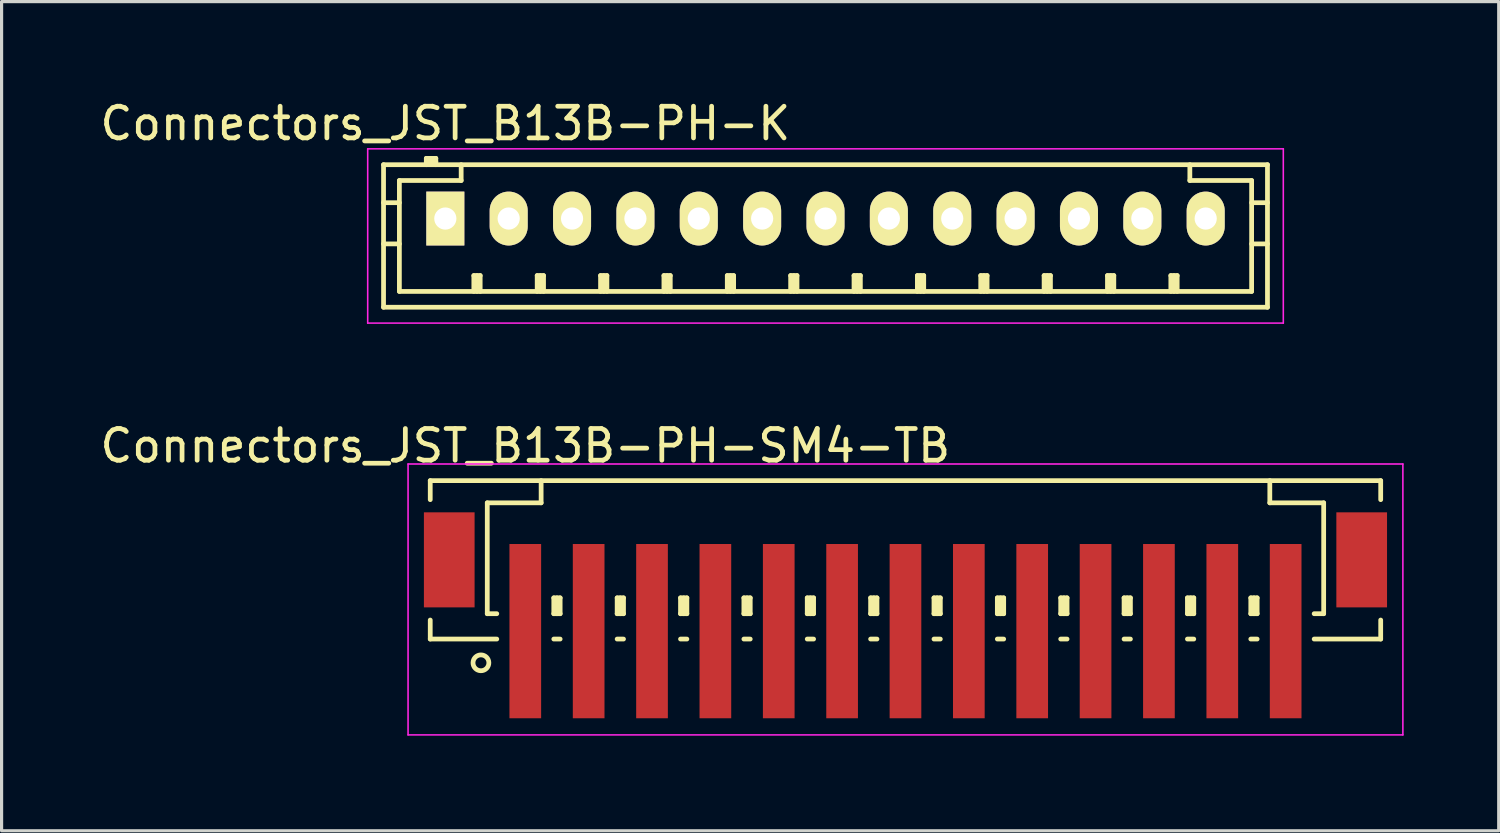
<source format=kicad_pcb>
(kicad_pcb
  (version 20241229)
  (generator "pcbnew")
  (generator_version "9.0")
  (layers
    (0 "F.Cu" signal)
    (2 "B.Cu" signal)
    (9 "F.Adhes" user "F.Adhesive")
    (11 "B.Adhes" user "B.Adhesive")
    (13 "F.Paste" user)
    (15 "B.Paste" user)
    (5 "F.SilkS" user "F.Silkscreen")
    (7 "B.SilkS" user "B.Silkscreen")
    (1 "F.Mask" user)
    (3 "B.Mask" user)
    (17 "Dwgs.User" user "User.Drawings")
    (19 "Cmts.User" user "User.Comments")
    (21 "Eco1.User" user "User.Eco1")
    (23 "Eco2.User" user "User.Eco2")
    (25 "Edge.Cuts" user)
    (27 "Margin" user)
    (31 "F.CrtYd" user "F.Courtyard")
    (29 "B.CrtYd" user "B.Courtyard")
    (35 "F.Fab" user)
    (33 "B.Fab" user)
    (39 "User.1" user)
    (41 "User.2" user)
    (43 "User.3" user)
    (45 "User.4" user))
  (footprint "Connectors_JST_B13B-PH-SM4-TB"
    (layer "F.Cu")
    (at 25.53 15.746)
    (property "Reference" "Connectors_JST_B13B-PH-SM4-TB" (at -12 -4.725 0) (layer "F.SilkS") (effects (font (size 1 1) (thickness 0.15))))
    (attr smd)
    (fp_line (start -15 -3.625) (end 15 -3.625) (stroke (width 0.15) (type solid)) (layer "F.SilkS"))
    (fp_line (start -15 -3.025) (end -15 -3.625) (stroke (width 0.15) (type solid)) (layer "F.SilkS"))
    (fp_line (start -15 0.775) (end -15 1.375) (stroke (width 0.15) (type solid)) (layer "F.SilkS"))
    (fp_line (start -15 1.375) (end -12.9 1.375) (stroke (width 0.15) (type solid)) (layer "F.SilkS"))
    (fp_line (start -13.2 -2.925) (end -13.2 0.575) (stroke (width 0.15) (type solid)) (layer "F.SilkS"))
    (fp_line (start -13.2 0.575) (end -12.9 0.575) (stroke (width 0.15) (type solid)) (layer "F.SilkS"))
    (fp_line (start -11.5 -3.625) (end -11.5 -2.925) (stroke (width 0.15) (type solid)) (layer "F.SilkS"))
    (fp_line (start -11.5 -2.925) (end -13.2 -2.925) (stroke (width 0.15) (type solid)) (layer "F.SilkS"))
    (fp_line (start -11.1 0.075) (end -10.9 0.075) (stroke (width 0.15) (type solid)) (layer "F.SilkS"))
    (fp_line (start -11.1 0.575) (end -11.1 0.075) (stroke (width 0.15) (type solid)) (layer "F.SilkS"))
    (fp_line (start -11.1 0.575) (end -10.9 0.575) (stroke (width 0.15) (type solid)) (layer "F.SilkS"))
    (fp_line (start -11.1 1.375) (end -10.9 1.375) (stroke (width 0.15) (type solid)) (layer "F.SilkS"))
    (fp_line (start -11 0.575) (end -11 0.075) (stroke (width 0.15) (type solid)) (layer "F.SilkS"))
    (fp_line (start -10.9 0.075) (end -10.9 0.575) (stroke (width 0.15) (type solid)) (layer "F.SilkS"))
    (fp_line (start -9.1 0.075) (end -8.9 0.075) (stroke (width 0.15) (type solid)) (layer "F.SilkS"))
    (fp_line (start -9.1 0.575) (end -9.1 0.075) (stroke (width 0.15) (type solid)) (layer "F.SilkS"))
    (fp_line (start -9.1 0.575) (end -8.9 0.575) (stroke (width 0.15) (type solid)) (layer "F.SilkS"))
    (fp_line (start -9.1 1.375) (end -8.9 1.375) (stroke (width 0.15) (type solid)) (layer "F.SilkS"))
    (fp_line (start -9 0.575) (end -9 0.075) (stroke (width 0.15) (type solid)) (layer "F.SilkS"))
    (fp_line (start -8.9 0.075) (end -8.9 0.575) (stroke (width 0.15) (type solid)) (layer "F.SilkS"))
    (fp_line (start -7.1 0.075) (end -6.9 0.075) (stroke (width 0.15) (type solid)) (layer "F.SilkS"))
    (fp_line (start -7.1 0.575) (end -7.1 0.075) (stroke (width 0.15) (type solid)) (layer "F.SilkS"))
    (fp_line (start -7.1 0.575) (end -6.9 0.575) (stroke (width 0.15) (type solid)) (layer "F.SilkS"))
    (fp_line (start -7.1 1.375) (end -6.9 1.375) (stroke (width 0.15) (type solid)) (layer "F.SilkS"))
    (fp_line (start -7 0.575) (end -7 0.075) (stroke (width 0.15) (type solid)) (layer "F.SilkS"))
    (fp_line (start -6.9 0.075) (end -6.9 0.575) (stroke (width 0.15) (type solid)) (layer "F.SilkS"))
    (fp_line (start -5.1 0.075) (end -4.9 0.075) (stroke (width 0.15) (type solid)) (layer "F.SilkS"))
    (fp_line (start -5.1 0.575) (end -5.1 0.075) (stroke (width 0.15) (type solid)) (layer "F.SilkS"))
    (fp_line (start -5.1 0.575) (end -4.9 0.575) (stroke (width 0.15) (type solid)) (layer "F.SilkS"))
    (fp_line (start -5.1 1.375) (end -4.9 1.375) (stroke (width 0.15) (type solid)) (layer "F.SilkS"))
    (fp_line (start -5 0.575) (end -5 0.075) (stroke (width 0.15) (type solid)) (layer "F.SilkS"))
    (fp_line (start -4.9 0.075) (end -4.9 0.575) (stroke (width 0.15) (type solid)) (layer "F.SilkS"))
    (fp_line (start -3.1 0.075) (end -2.9 0.075) (stroke (width 0.15) (type solid)) (layer "F.SilkS"))
    (fp_line (start -3.1 0.575) (end -3.1 0.075) (stroke (width 0.15) (type solid)) (layer "F.SilkS"))
    (fp_line (start -3.1 0.575) (end -2.9 0.575) (stroke (width 0.15) (type solid)) (layer "F.SilkS"))
    (fp_line (start -3.1 1.375) (end -2.9 1.375) (stroke (width 0.15) (type solid)) (layer "F.SilkS"))
    (fp_line (start -3 0.575) (end -3 0.075) (stroke (width 0.15) (type solid)) (layer "F.SilkS"))
    (fp_line (start -2.9 0.075) (end -2.9 0.575) (stroke (width 0.15) (type solid)) (layer "F.SilkS"))
    (fp_line (start -1.1 0.075) (end -0.9 0.075) (stroke (width 0.15) (type solid)) (layer "F.SilkS"))
    (fp_line (start -1.1 0.575) (end -1.1 0.075) (stroke (width 0.15) (type solid)) (layer "F.SilkS"))
    (fp_line (start -1.1 0.575) (end -0.9 0.575) (stroke (width 0.15) (type solid)) (layer "F.SilkS"))
    (fp_line (start -1.1 1.375) (end -0.9 1.375) (stroke (width 0.15) (type solid)) (layer "F.SilkS"))
    (fp_line (start -1 0.575) (end -1 0.075) (stroke (width 0.15) (type solid)) (layer "F.SilkS"))
    (fp_line (start -0.9 0.075) (end -0.9 0.575) (stroke (width 0.15) (type solid)) (layer "F.SilkS"))
    (fp_line (start 0.9 0.075) (end 1.1 0.075) (stroke (width 0.15) (type solid)) (layer "F.SilkS"))
    (fp_line (start 0.9 0.575) (end 0.9 0.075) (stroke (width 0.15) (type solid)) (layer "F.SilkS"))
    (fp_line (start 0.9 0.575) (end 1.1 0.575) (stroke (width 0.15) (type solid)) (layer "F.SilkS"))
    (fp_line (start 0.9 1.375) (end 1.1 1.375) (stroke (width 0.15) (type solid)) (layer "F.SilkS"))
    (fp_line (start 1 0.575) (end 1 0.075) (stroke (width 0.15) (type solid)) (layer "F.SilkS"))
    (fp_line (start 1.1 0.075) (end 1.1 0.575) (stroke (width 0.15) (type solid)) (layer "F.SilkS"))
    (fp_line (start 2.9 0.075) (end 3.1 0.075) (stroke (width 0.15) (type solid)) (layer "F.SilkS"))
    (fp_line (start 2.9 0.575) (end 2.9 0.075) (stroke (width 0.15) (type solid)) (layer "F.SilkS"))
    (fp_line (start 2.9 0.575) (end 3.1 0.575) (stroke (width 0.15) (type solid)) (layer "F.SilkS"))
    (fp_line (start 2.9 1.375) (end 3.1 1.375) (stroke (width 0.15) (type solid)) (layer "F.SilkS"))
    (fp_line (start 3 0.575) (end 3 0.075) (stroke (width 0.15) (type solid)) (layer "F.SilkS"))
    (fp_line (start 3.1 0.075) (end 3.1 0.575) (stroke (width 0.15) (type solid)) (layer "F.SilkS"))
    (fp_line (start 4.9 0.075) (end 5.1 0.075) (stroke (width 0.15) (type solid)) (layer "F.SilkS"))
    (fp_line (start 4.9 0.575) (end 4.9 0.075) (stroke (width 0.15) (type solid)) (layer "F.SilkS"))
    (fp_line (start 4.9 0.575) (end 5.1 0.575) (stroke (width 0.15) (type solid)) (layer "F.SilkS"))
    (fp_line (start 4.9 1.375) (end 5.1 1.375) (stroke (width 0.15) (type solid)) (layer "F.SilkS"))
    (fp_line (start 5 0.575) (end 5 0.075) (stroke (width 0.15) (type solid)) (layer "F.SilkS"))
    (fp_line (start 5.1 0.075) (end 5.1 0.575) (stroke (width 0.15) (type solid)) (layer "F.SilkS"))
    (fp_line (start 6.9 0.075) (end 7.1 0.075) (stroke (width 0.15) (type solid)) (layer "F.SilkS"))
    (fp_line (start 6.9 0.575) (end 6.9 0.075) (stroke (width 0.15) (type solid)) (layer "F.SilkS"))
    (fp_line (start 6.9 0.575) (end 7.1 0.575) (stroke (width 0.15) (type solid)) (layer "F.SilkS"))
    (fp_line (start 6.9 1.375) (end 7.1 1.375) (stroke (width 0.15) (type solid)) (layer "F.SilkS"))
    (fp_line (start 7 0.575) (end 7 0.075) (stroke (width 0.15) (type solid)) (layer "F.SilkS"))
    (fp_line (start 7.1 0.075) (end 7.1 0.575) (stroke (width 0.15) (type solid)) (layer "F.SilkS"))
    (fp_line (start 8.9 0.075) (end 9.1 0.075) (stroke (width 0.15) (type solid)) (layer "F.SilkS"))
    (fp_line (start 8.9 0.575) (end 8.9 0.075) (stroke (width 0.15) (type solid)) (layer "F.SilkS"))
    (fp_line (start 8.9 0.575) (end 9.1 0.575) (stroke (width 0.15) (type solid)) (layer "F.SilkS"))
    (fp_line (start 8.9 1.375) (end 9.1 1.375) (stroke (width 0.15) (type solid)) (layer "F.SilkS"))
    (fp_line (start 9 0.575) (end 9 0.075) (stroke (width 0.15) (type solid)) (layer "F.SilkS"))
    (fp_line (start 9.1 0.075) (end 9.1 0.575) (stroke (width 0.15) (type solid)) (layer "F.SilkS"))
    (fp_line (start 10.9 0.075) (end 11.1 0.075) (stroke (width 0.15) (type solid)) (layer "F.SilkS"))
    (fp_line (start 10.9 0.575) (end 10.9 0.075) (stroke (width 0.15) (type solid)) (layer "F.SilkS"))
    (fp_line (start 10.9 0.575) (end 11.1 0.575) (stroke (width 0.15) (type solid)) (layer "F.SilkS"))
    (fp_line (start 10.9 1.375) (end 11.1 1.375) (stroke (width 0.15) (type solid)) (layer "F.SilkS"))
    (fp_line (start 11 0.575) (end 11 0.075) (stroke (width 0.15) (type solid)) (layer "F.SilkS"))
    (fp_line (start 11.1 0.075) (end 11.1 0.575) (stroke (width 0.15) (type solid)) (layer "F.SilkS"))
    (fp_line (start 11.5 -3.625) (end 11.5 -2.925) (stroke (width 0.15) (type solid)) (layer "F.SilkS"))
    (fp_line (start 11.5 -2.925) (end 13.2 -2.925) (stroke (width 0.15) (type solid)) (layer "F.SilkS"))
    (fp_line (start 13.2 -2.925) (end 13.2 0.575) (stroke (width 0.15) (type solid)) (layer "F.SilkS"))
    (fp_line (start 13.2 0.575) (end 12.9 0.575) (stroke (width 0.15) (type solid)) (layer "F.SilkS"))
    (fp_line (start 15 -3.625) (end 15 -3.025) (stroke (width 0.15) (type solid)) (layer "F.SilkS"))
    (fp_line (start 15 0.775) (end 15 1.375) (stroke (width 0.15) (type solid)) (layer "F.SilkS"))
    (fp_line (start 15 1.375) (end 12.9 1.375) (stroke (width 0.15) (type solid)) (layer "F.SilkS"))
    (fp_circle (center -13.4 2.125) (end -13.15 2.125) (stroke (width 0.15) (type solid)) (fill no) (layer "F.SilkS"))
    (fp_line (start -15.7 -4.15) (end 15.7 -4.15) (stroke (width 0.05) (type solid)) (layer "F.CrtYd"))
    (fp_line (start -15.7 4.4) (end -15.7 -4.15) (stroke (width 0.05) (type solid)) (layer "F.CrtYd"))
    (fp_line (start 15.7 -4.15) (end 15.7 4.4) (stroke (width 0.05) (type solid)) (layer "F.CrtYd"))
    (fp_line (start 15.7 4.4) (end -15.7 4.4) (stroke (width 0.05) (type solid)) (layer "F.CrtYd"))
    (pad "" smd rect (at -14.4 -1.125) (size 1.6 3) (layers "F.Cu" "F.Mask" "F.Paste"))
    (pad "" smd rect (at 14.4 -1.125) (size 1.6 3) (layers "F.Cu" "F.Mask" "F.Paste"))
    (pad "1" smd rect (at -12 1.125) (size 1 5.5) (layers "F.Cu" "F.Mask" "F.Paste"))
    (pad "2" smd rect (at -10 1.125) (size 1 5.5) (layers "F.Cu" "F.Mask" "F.Paste"))
    (pad "3" smd rect (at -8 1.125) (size 1 5.5) (layers "F.Cu" "F.Mask" "F.Paste"))
    (pad "4" smd rect (at -6 1.125) (size 1 5.5) (layers "F.Cu" "F.Mask" "F.Paste"))
    (pad "5" smd rect (at -4 1.125) (size 1 5.5) (layers "F.Cu" "F.Mask" "F.Paste"))
    (pad "6" smd rect (at -2 1.125) (size 1 5.5) (layers "F.Cu" "F.Mask" "F.Paste"))
    (pad "7" smd rect (at 0 1.125) (size 1 5.5) (layers "F.Cu" "F.Mask" "F.Paste"))
    (pad "8" smd rect (at 2 1.125) (size 1 5.5) (layers "F.Cu" "F.Mask" "F.Paste"))
    (pad "9" smd rect (at 4 1.125) (size 1 5.5) (layers "F.Cu" "F.Mask" "F.Paste"))
    (pad "10" smd rect (at 6 1.125) (size 1 5.5) (layers "F.Cu" "F.Mask" "F.Paste"))
    (pad "11" smd rect (at 8 1.125) (size 1 5.5) (layers "F.Cu" "F.Mask" "F.Paste"))
    (pad "12" smd rect (at 10 1.125) (size 1 5.5) (layers "F.Cu" "F.Mask" "F.Paste"))
    (pad "13" smd rect (at 12 1.125) (size 1 5.5) (layers "F.Cu" "F.Mask" "F.Paste")))
  (footprint "Connectors_JST_B13B-PH-K"
    (layer "F.Cu")
    (at 11.006 3.848)
    (property "Reference" "Connectors_JST_B13B-PH-K" (at 0 -3 0) (layer "F.SilkS") (effects (font (size 1 1) (thickness 0.15))))
    (attr through_hole)
    (fp_line (start -1.95 -1.7) (end 25.95 -1.7) (stroke (width 0.15) (type solid)) (layer "F.SilkS"))
    (fp_line (start -1.95 -0.5) (end -1.45 -0.5) (stroke (width 0.15) (type solid)) (layer "F.SilkS"))
    (fp_line (start -1.95 0.8) (end -1.45 0.8) (stroke (width 0.15) (type solid)) (layer "F.SilkS"))
    (fp_line (start -1.95 2.8) (end -1.95 -1.7) (stroke (width 0.15) (type solid)) (layer "F.SilkS"))
    (fp_line (start -1.45 -1.2) (end -1.45 2.3) (stroke (width 0.15) (type solid)) (layer "F.SilkS"))
    (fp_line (start -1.45 2.3) (end 25.45 2.3) (stroke (width 0.15) (type solid)) (layer "F.SilkS"))
    (fp_line (start -0.6 -1.9) (end -0.6 -1.7) (stroke (width 0.15) (type solid)) (layer "F.SilkS"))
    (fp_line (start -0.3 -1.9) (end -0.6 -1.9) (stroke (width 0.15) (type solid)) (layer "F.SilkS"))
    (fp_line (start -0.3 -1.8) (end -0.6 -1.8) (stroke (width 0.15) (type solid)) (layer "F.SilkS"))
    (fp_line (start -0.3 -1.7) (end -0.3 -1.9) (stroke (width 0.15) (type solid)) (layer "F.SilkS"))
    (fp_line (start 0.5 -1.7) (end 0.5 -1.2) (stroke (width 0.15) (type solid)) (layer "F.SilkS"))
    (fp_line (start 0.5 -1.2) (end -1.45 -1.2) (stroke (width 0.15) (type solid)) (layer "F.SilkS"))
    (fp_line (start 0.9 1.8) (end 1.1 1.8) (stroke (width 0.15) (type solid)) (layer "F.SilkS"))
    (fp_line (start 0.9 2.3) (end 0.9 1.8) (stroke (width 0.15) (type solid)) (layer "F.SilkS"))
    (fp_line (start 1 2.3) (end 1 1.8) (stroke (width 0.15) (type solid)) (layer "F.SilkS"))
    (fp_line (start 1.1 1.8) (end 1.1 2.3) (stroke (width 0.15) (type solid)) (layer "F.SilkS"))
    (fp_line (start 2.9 1.8) (end 3.1 1.8) (stroke (width 0.15) (type solid)) (layer "F.SilkS"))
    (fp_line (start 2.9 2.3) (end 2.9 1.8) (stroke (width 0.15) (type solid)) (layer "F.SilkS"))
    (fp_line (start 3 2.3) (end 3 1.8) (stroke (width 0.15) (type solid)) (layer "F.SilkS"))
    (fp_line (start 3.1 1.8) (end 3.1 2.3) (stroke (width 0.15) (type solid)) (layer "F.SilkS"))
    (fp_line (start 4.9 1.8) (end 5.1 1.8) (stroke (width 0.15) (type solid)) (layer "F.SilkS"))
    (fp_line (start 4.9 2.3) (end 4.9 1.8) (stroke (width 0.15) (type solid)) (layer "F.SilkS"))
    (fp_line (start 5 2.3) (end 5 1.8) (stroke (width 0.15) (type solid)) (layer "F.SilkS"))
    (fp_line (start 5.1 1.8) (end 5.1 2.3) (stroke (width 0.15) (type solid)) (layer "F.SilkS"))
    (fp_line (start 6.9 1.8) (end 7.1 1.8) (stroke (width 0.15) (type solid)) (layer "F.SilkS"))
    (fp_line (start 6.9 2.3) (end 6.9 1.8) (stroke (width 0.15) (type solid)) (layer "F.SilkS"))
    (fp_line (start 7 2.3) (end 7 1.8) (stroke (width 0.15) (type solid)) (layer "F.SilkS"))
    (fp_line (start 7.1 1.8) (end 7.1 2.3) (stroke (width 0.15) (type solid)) (layer "F.SilkS"))
    (fp_line (start 8.9 1.8) (end 9.1 1.8) (stroke (width 0.15) (type solid)) (layer "F.SilkS"))
    (fp_line (start 8.9 2.3) (end 8.9 1.8) (stroke (width 0.15) (type solid)) (layer "F.SilkS"))
    (fp_line (start 9 2.3) (end 9 1.8) (stroke (width 0.15) (type solid)) (layer "F.SilkS"))
    (fp_line (start 9.1 1.8) (end 9.1 2.3) (stroke (width 0.15) (type solid)) (layer "F.SilkS"))
    (fp_line (start 10.9 1.8) (end 11.1 1.8) (stroke (width 0.15) (type solid)) (layer "F.SilkS"))
    (fp_line (start 10.9 2.3) (end 10.9 1.8) (stroke (width 0.15) (type solid)) (layer "F.SilkS"))
    (fp_line (start 11 2.3) (end 11 1.8) (stroke (width 0.15) (type solid)) (layer "F.SilkS"))
    (fp_line (start 11.1 1.8) (end 11.1 2.3) (stroke (width 0.15) (type solid)) (layer "F.SilkS"))
    (fp_line (start 12.9 1.8) (end 13.1 1.8) (stroke (width 0.15) (type solid)) (layer "F.SilkS"))
    (fp_line (start 12.9 2.3) (end 12.9 1.8) (stroke (width 0.15) (type solid)) (layer "F.SilkS"))
    (fp_line (start 13 2.3) (end 13 1.8) (stroke (width 0.15) (type solid)) (layer "F.SilkS"))
    (fp_line (start 13.1 1.8) (end 13.1 2.3) (stroke (width 0.15) (type solid)) (layer "F.SilkS"))
    (fp_line (start 14.9 1.8) (end 15.1 1.8) (stroke (width 0.15) (type solid)) (layer "F.SilkS"))
    (fp_line (start 14.9 2.3) (end 14.9 1.8) (stroke (width 0.15) (type solid)) (layer "F.SilkS"))
    (fp_line (start 15 2.3) (end 15 1.8) (stroke (width 0.15) (type solid)) (layer "F.SilkS"))
    (fp_line (start 15.1 1.8) (end 15.1 2.3) (stroke (width 0.15) (type solid)) (layer "F.SilkS"))
    (fp_line (start 16.9 1.8) (end 17.1 1.8) (stroke (width 0.15) (type solid)) (layer "F.SilkS"))
    (fp_line (start 16.9 2.3) (end 16.9 1.8) (stroke (width 0.15) (type solid)) (layer "F.SilkS"))
    (fp_line (start 17 2.3) (end 17 1.8) (stroke (width 0.15) (type solid)) (layer "F.SilkS"))
    (fp_line (start 17.1 1.8) (end 17.1 2.3) (stroke (width 0.15) (type solid)) (layer "F.SilkS"))
    (fp_line (start 18.9 1.8) (end 19.1 1.8) (stroke (width 0.15) (type solid)) (layer "F.SilkS"))
    (fp_line (start 18.9 2.3) (end 18.9 1.8) (stroke (width 0.15) (type solid)) (layer "F.SilkS"))
    (fp_line (start 19 2.3) (end 19 1.8) (stroke (width 0.15) (type solid)) (layer "F.SilkS"))
    (fp_line (start 19.1 1.8) (end 19.1 2.3) (stroke (width 0.15) (type solid)) (layer "F.SilkS"))
    (fp_line (start 20.9 1.8) (end 21.1 1.8) (stroke (width 0.15) (type solid)) (layer "F.SilkS"))
    (fp_line (start 20.9 2.3) (end 20.9 1.8) (stroke (width 0.15) (type solid)) (layer "F.SilkS"))
    (fp_line (start 21 2.3) (end 21 1.8) (stroke (width 0.15) (type solid)) (layer "F.SilkS"))
    (fp_line (start 21.1 1.8) (end 21.1 2.3) (stroke (width 0.15) (type solid)) (layer "F.SilkS"))
    (fp_line (start 22.9 1.8) (end 23.1 1.8) (stroke (width 0.15) (type solid)) (layer "F.SilkS"))
    (fp_line (start 22.9 2.3) (end 22.9 1.8) (stroke (width 0.15) (type solid)) (layer "F.SilkS"))
    (fp_line (start 23 2.3) (end 23 1.8) (stroke (width 0.15) (type solid)) (layer "F.SilkS"))
    (fp_line (start 23.1 1.8) (end 23.1 2.3) (stroke (width 0.15) (type solid)) (layer "F.SilkS"))
    (fp_line (start 23.5 -1.2) (end 23.5 -1.7) (stroke (width 0.15) (type solid)) (layer "F.SilkS"))
    (fp_line (start 25.45 -1.2) (end 23.5 -1.2) (stroke (width 0.15) (type solid)) (layer "F.SilkS"))
    (fp_line (start 25.45 -0.5) (end 25.95 -0.5) (stroke (width 0.15) (type solid)) (layer "F.SilkS"))
    (fp_line (start 25.45 0.8) (end 25.95 0.8) (stroke (width 0.15) (type solid)) (layer "F.SilkS"))
    (fp_line (start 25.45 2.3) (end 25.45 -1.2) (stroke (width 0.15) (type solid)) (layer "F.SilkS"))
    (fp_line (start 25.95 -1.7) (end 25.95 2.8) (stroke (width 0.15) (type solid)) (layer "F.SilkS"))
    (fp_line (start 25.95 2.8) (end -1.95 2.8) (stroke (width 0.15) (type solid)) (layer "F.SilkS"))
    (fp_line (start -2.45 -2.2) (end 26.45 -2.2) (stroke (width 0.05) (type solid)) (layer "F.CrtYd"))
    (fp_line (start -2.45 3.3) (end -2.45 -2.2) (stroke (width 0.05) (type solid)) (layer "F.CrtYd"))
    (fp_line (start 26.45 -2.2) (end 26.45 3.3) (stroke (width 0.05) (type solid)) (layer "F.CrtYd"))
    (fp_line (start 26.45 3.3) (end -2.45 3.3) (stroke (width 0.05) (type solid)) (layer "F.CrtYd"))
    (pad "1" thru_hole rect (at 0 0) (size 1.2 1.7) (drill 0.7) (layers "*.Cu" "*.Mask" "F.SilkS"))
    (pad "2" thru_hole oval (at 2 0) (size 1.2 1.7) (drill 0.7) (layers "*.Cu" "*.Mask" "F.SilkS"))
    (pad "3" thru_hole oval (at 4 0) (size 1.2 1.7) (drill 0.7) (layers "*.Cu" "*.Mask" "F.SilkS"))
    (pad "4" thru_hole oval (at 6 0) (size 1.2 1.7) (drill 0.7) (layers "*.Cu" "*.Mask" "F.SilkS"))
    (pad "5" thru_hole oval (at 8 0) (size 1.2 1.7) (drill 0.7) (layers "*.Cu" "*.Mask" "F.SilkS"))
    (pad "6" thru_hole oval (at 10 0) (size 1.2 1.7) (drill 0.7) (layers "*.Cu" "*.Mask" "F.SilkS"))
    (pad "7" thru_hole oval (at 12 0) (size 1.2 1.7) (drill 0.7) (layers "*.Cu" "*.Mask" "F.SilkS"))
    (pad "8" thru_hole oval (at 14 0) (size 1.2 1.7) (drill 0.7) (layers "*.Cu" "*.Mask" "F.SilkS"))
    (pad "9" thru_hole oval (at 16 0) (size 1.2 1.7) (drill 0.7) (layers "*.Cu" "*.Mask" "F.SilkS"))
    (pad "10" thru_hole oval (at 18 0) (size 1.2 1.7) (drill 0.7) (layers "*.Cu" "*.Mask" "F.SilkS"))
    (pad "11" thru_hole oval (at 20 0) (size 1.2 1.7) (drill 0.7) (layers "*.Cu" "*.Mask" "F.SilkS"))
    (pad "12" thru_hole oval (at 22 0) (size 1.2 1.7) (drill 0.7) (layers "*.Cu" "*.Mask" "F.SilkS"))
    (pad "13" thru_hole oval (at 24 0) (size 1.2 1.7) (drill 0.7) (layers "*.Cu" "*.Mask" "F.SilkS")))
  (gr_rect
    (start -3 -3)
    (end 44.255 23.172)
    (stroke (width 0.1) (type default))
    (fill no)
    (layer "Edge.Cuts")))
</source>
